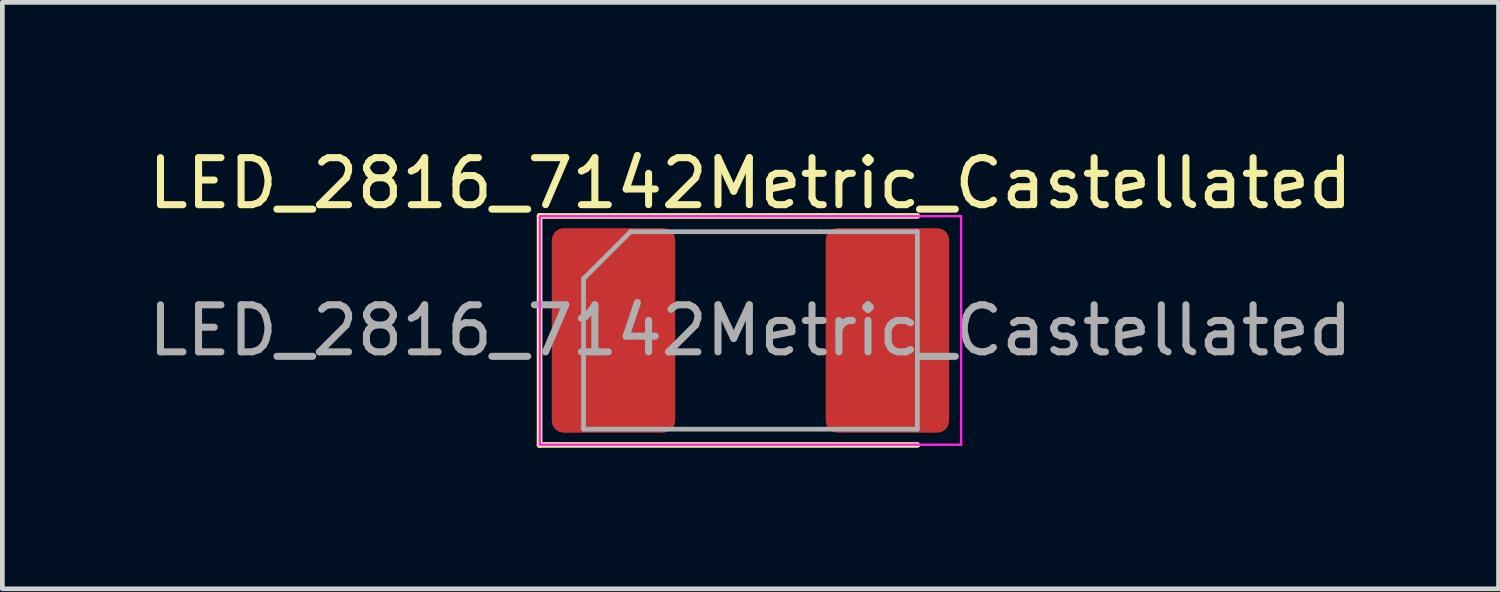
<source format=kicad_pcb>
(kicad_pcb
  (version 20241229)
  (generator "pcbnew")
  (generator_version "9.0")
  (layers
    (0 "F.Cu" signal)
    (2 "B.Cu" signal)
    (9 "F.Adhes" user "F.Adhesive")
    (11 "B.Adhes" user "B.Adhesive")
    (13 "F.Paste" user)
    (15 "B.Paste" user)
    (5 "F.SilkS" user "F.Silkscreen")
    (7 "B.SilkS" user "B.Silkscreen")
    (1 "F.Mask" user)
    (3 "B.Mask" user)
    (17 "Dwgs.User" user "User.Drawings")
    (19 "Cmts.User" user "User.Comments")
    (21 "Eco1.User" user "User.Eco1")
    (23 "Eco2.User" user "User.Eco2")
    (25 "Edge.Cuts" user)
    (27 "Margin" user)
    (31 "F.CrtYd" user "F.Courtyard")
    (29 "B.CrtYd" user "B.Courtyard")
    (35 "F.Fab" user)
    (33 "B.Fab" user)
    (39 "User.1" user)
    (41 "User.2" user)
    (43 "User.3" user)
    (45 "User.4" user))
  (footprint "LED_2816_7142Metric_Castellated"
    (layer "F.Cu")
    (at 12.911 3.978)
    (property "Reference" "LED_2816_7142Metric_Castellated" (at 0 -3.13 0) (layer "F.SilkS") (effects (font (size 1 1) (thickness 0.15))))
    (attr smd)
    (fp_line (start -4.485 -2.435) (end -4.485 2.435) (stroke (width 0.12) (type solid)) (layer "F.SilkS"))
    (fp_line (start -4.485 2.435) (end 3.55 2.435) (stroke (width 0.12) (type solid)) (layer "F.SilkS"))
    (fp_line (start 3.55 -2.435) (end -4.485 -2.435) (stroke (width 0.12) (type solid)) (layer "F.SilkS"))
    (fp_line (start -4.48 -2.43) (end 4.48 -2.43) (stroke (width 0.05) (type solid)) (layer "F.CrtYd"))
    (fp_line (start -4.48 2.43) (end -4.48 -2.43) (stroke (width 0.05) (type solid)) (layer "F.CrtYd"))
    (fp_line (start 4.48 -2.43) (end 4.48 2.43) (stroke (width 0.05) (type solid)) (layer "F.CrtYd"))
    (fp_line (start 4.48 2.43) (end -4.48 2.43) (stroke (width 0.05) (type solid)) (layer "F.CrtYd"))
    (fp_line (start -3.55 -1.1) (end -3.55 2.1) (stroke (width 0.1) (type solid)) (layer "F.Fab"))
    (fp_line (start -3.55 2.1) (end 3.55 2.1) (stroke (width 0.1) (type solid)) (layer "F.Fab"))
    (fp_line (start -2.55 -2.1) (end -3.55 -1.1) (stroke (width 0.1) (type solid)) (layer "F.Fab"))
    (fp_line (start 3.55 -2.1) (end -2.55 -2.1) (stroke (width 0.1) (type solid)) (layer "F.Fab"))
    (fp_line (start 3.55 2.1) (end 3.55 -2.1) (stroke (width 0.1) (type solid)) (layer "F.Fab"))
    (fp_text user "${REFERENCE}" (at 0 0 0) (layer "F.Fab") (effects (font (size 1 1) (thickness 0.15))))
    (pad "1" smd roundrect (at -2.913 0) (size 2.625 4.35) (layers "F.Cu" "F.Mask" "F.Paste") (roundrect_rratio 0.095))
    (pad "2" smd roundrect (at 2.913 0) (size 2.625 4.35) (layers "F.Cu" "F.Mask" "F.Paste") (roundrect_rratio 0.095)))
  (gr_rect
    (start -3 -3)
    (end 28.821 9.473)
    (stroke (width 0.1) (type default))
    (fill no)
    (layer "Edge.Cuts")))
</source>
